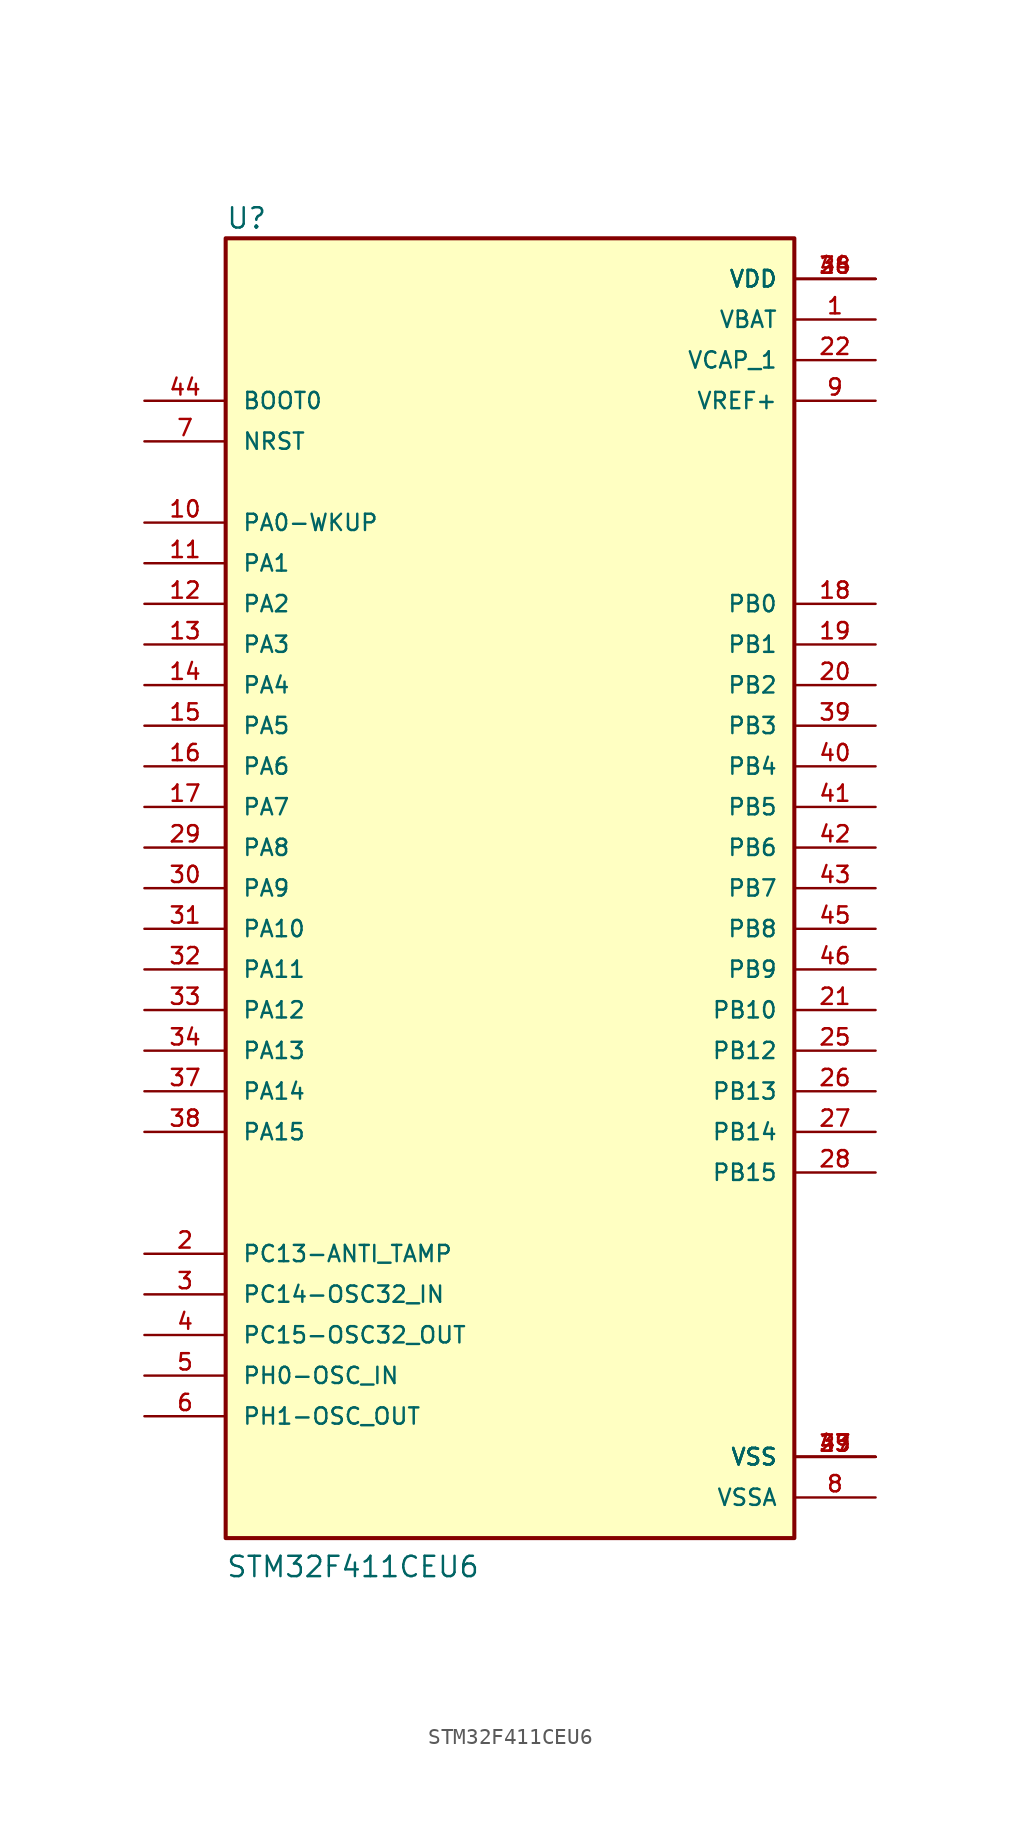
<source format=kicad_sym>
(kicad_symbol_lib
  (version 20211014)
  (generator kicad_symbol_editor)
  (symbol "STM32F411CEU6"
    (pin_names
      (offset 1.016))
    (property "Reference" "U"
      (at -17.78 43.688 0)
      (effects (font (size 1.27 1.27)) (justify bottom left)))
    (property "Value" "STM32F411CEU6"
      (at -17.78 -40.64 0)
      (effects (font (size 1.27 1.27)) (justify bottom left)))
    (symbol "STM32F411CEU6_0_0"
      (rectangle (start -17.78 -38.1) (end 17.78 43.18) (stroke (width 0.254)) (fill (type background)))
      (pin input line (at -22.86 33.02 0) (length 5.08) (name "BOOT0" (effects (font (size 1.016 1.016)))) (number "44" (effects (font (size 1.016 1.016)))))
      (pin bidirectional line (at -22.86 30.48 0) (length 5.08) (name "NRST" (effects (font (size 1.016 1.016)))) (number "7" (effects (font (size 1.016 1.016)))))
      (pin bidirectional line (at -22.86 25.4 0) (length 5.08) (name "PA0-WKUP" (effects (font (size 1.016 1.016)))) (number "10" (effects (font (size 1.016 1.016)))))
      (pin bidirectional line (at -22.86 22.86 0) (length 5.08) (name "PA1" (effects (font (size 1.016 1.016)))) (number "11" (effects (font (size 1.016 1.016)))))
      (pin bidirectional line (at -22.86 0.0 0) (length 5.08) (name "PA10" (effects (font (size 1.016 1.016)))) (number "31" (effects (font (size 1.016 1.016)))))
      (pin bidirectional line (at -22.86 -2.54 0) (length 5.08) (name "PA11" (effects (font (size 1.016 1.016)))) (number "32" (effects (font (size 1.016 1.016)))))
      (pin bidirectional line (at -22.86 -5.08 0) (length 5.08) (name "PA12" (effects (font (size 1.016 1.016)))) (number "33" (effects (font (size 1.016 1.016)))))
      (pin bidirectional line (at -22.86 -7.62 0) (length 5.08) (name "PA13" (effects (font (size 1.016 1.016)))) (number "34" (effects (font (size 1.016 1.016)))))
      (pin bidirectional line (at -22.86 -10.16 0) (length 5.08) (name "PA14" (effects (font (size 1.016 1.016)))) (number "37" (effects (font (size 1.016 1.016)))))
      (pin bidirectional line (at -22.86 -12.7 0) (length 5.08) (name "PA15" (effects (font (size 1.016 1.016)))) (number "38" (effects (font (size 1.016 1.016)))))
      (pin bidirectional line (at -22.86 20.32 0) (length 5.08) (name "PA2" (effects (font (size 1.016 1.016)))) (number "12" (effects (font (size 1.016 1.016)))))
      (pin bidirectional line (at -22.86 17.78 0) (length 5.08) (name "PA3" (effects (font (size 1.016 1.016)))) (number "13" (effects (font (size 1.016 1.016)))))
      (pin bidirectional line (at -22.86 15.24 0) (length 5.08) (name "PA4" (effects (font (size 1.016 1.016)))) (number "14" (effects (font (size 1.016 1.016)))))
      (pin bidirectional line (at -22.86 12.7 0) (length 5.08) (name "PA5" (effects (font (size 1.016 1.016)))) (number "15" (effects (font (size 1.016 1.016)))))
      (pin bidirectional line (at -22.86 10.16 0) (length 5.08) (name "PA6" (effects (font (size 1.016 1.016)))) (number "16" (effects (font (size 1.016 1.016)))))
      (pin bidirectional line (at -22.86 7.62 0) (length 5.08) (name "PA7" (effects (font (size 1.016 1.016)))) (number "17" (effects (font (size 1.016 1.016)))))
      (pin bidirectional line (at -22.86 5.08 0) (length 5.08) (name "PA8" (effects (font (size 1.016 1.016)))) (number "29" (effects (font (size 1.016 1.016)))))
      (pin bidirectional line (at -22.86 2.54 0) (length 5.08) (name "PA9" (effects (font (size 1.016 1.016)))) (number "30" (effects (font (size 1.016 1.016)))))
      (pin bidirectional line (at 22.86 20.32 180.0) (length 5.08) (name "PB0" (effects (font (size 1.016 1.016)))) (number "18" (effects (font (size 1.016 1.016)))))
      (pin bidirectional line (at 22.86 17.78 180.0) (length 5.08) (name "PB1" (effects (font (size 1.016 1.016)))) (number "19" (effects (font (size 1.016 1.016)))))
      (pin bidirectional line (at 22.86 -5.08 180.0) (length 5.08) (name "PB10" (effects (font (size 1.016 1.016)))) (number "21" (effects (font (size 1.016 1.016)))))
      (pin bidirectional line (at 22.86 -7.62 180.0) (length 5.08) (name "PB12" (effects (font (size 1.016 1.016)))) (number "25" (effects (font (size 1.016 1.016)))))
      (pin bidirectional line (at 22.86 -10.16 180.0) (length 5.08) (name "PB13" (effects (font (size 1.016 1.016)))) (number "26" (effects (font (size 1.016 1.016)))))
      (pin bidirectional line (at 22.86 -12.7 180.0) (length 5.08) (name "PB14" (effects (font (size 1.016 1.016)))) (number "27" (effects (font (size 1.016 1.016)))))
      (pin bidirectional line (at 22.86 -15.24 180.0) (length 5.08) (name "PB15" (effects (font (size 1.016 1.016)))) (number "28" (effects (font (size 1.016 1.016)))))
      (pin bidirectional line (at 22.86 15.24 180.0) (length 5.08) (name "PB2" (effects (font (size 1.016 1.016)))) (number "20" (effects (font (size 1.016 1.016)))))
      (pin bidirectional line (at 22.86 12.7 180.0) (length 5.08) (name "PB3" (effects (font (size 1.016 1.016)))) (number "39" (effects (font (size 1.016 1.016)))))
      (pin bidirectional line (at 22.86 10.16 180.0) (length 5.08) (name "PB4" (effects (font (size 1.016 1.016)))) (number "40" (effects (font (size 1.016 1.016)))))
      (pin bidirectional line (at 22.86 7.62 180.0) (length 5.08) (name "PB5" (effects (font (size 1.016 1.016)))) (number "41" (effects (font (size 1.016 1.016)))))
      (pin bidirectional line (at 22.86 5.08 180.0) (length 5.08) (name "PB6" (effects (font (size 1.016 1.016)))) (number "42" (effects (font (size 1.016 1.016)))))
      (pin bidirectional line (at 22.86 2.54 180.0) (length 5.08) (name "PB7" (effects (font (size 1.016 1.016)))) (number "43" (effects (font (size 1.016 1.016)))))
      (pin bidirectional line (at 22.86 0.0 180.0) (length 5.08) (name "PB8" (effects (font (size 1.016 1.016)))) (number "45" (effects (font (size 1.016 1.016)))))
      (pin bidirectional line (at 22.86 -2.54 180.0) (length 5.08) (name "PB9" (effects (font (size 1.016 1.016)))) (number "46" (effects (font (size 1.016 1.016)))))
      (pin bidirectional line (at -22.86 -20.32 0) (length 5.08) (name "PC13-ANTI_TAMP" (effects (font (size 1.016 1.016)))) (number "2" (effects (font (size 1.016 1.016)))))
      (pin bidirectional line (at -22.86 -22.86 0) (length 5.08) (name "PC14-OSC32_IN" (effects (font (size 1.016 1.016)))) (number "3" (effects (font (size 1.016 1.016)))))
      (pin bidirectional line (at -22.86 -25.4 0) (length 5.08) (name "PC15-OSC32_OUT" (effects (font (size 1.016 1.016)))) (number "4" (effects (font (size 1.016 1.016)))))
      (pin bidirectional line (at -22.86 -27.94 0) (length 5.08) (name "PH0-OSC_IN" (effects (font (size 1.016 1.016)))) (number "5" (effects (font (size 1.016 1.016)))))
      (pin bidirectional line (at -22.86 -30.48 0) (length 5.08) (name "PH1-OSC_OUT" (effects (font (size 1.016 1.016)))) (number "6" (effects (font (size 1.016 1.016)))))
      (pin power_in line (at 22.86 38.1 180.0) (length 5.08) (name "VBAT" (effects (font (size 1.016 1.016)))) (number "1" (effects (font (size 1.016 1.016)))))
      (pin power_in line (at 22.86 35.56 180.0) (length 5.08) (name "VCAP_1" (effects (font (size 1.016 1.016)))) (number "22" (effects (font (size 1.016 1.016)))))
      (pin power_in line (at 22.86 40.64 180.0) (length 5.08) (name "VDD" (effects (font (size 1.016 1.016)))) (number "24" (effects (font (size 1.016 1.016)))))
      (pin power_in line (at 22.86 40.64 180.0) (length 5.08) (name "VDD" (effects (font (size 1.016 1.016)))) (number "36" (effects (font (size 1.016 1.016)))))
      (pin power_in line (at 22.86 40.64 180.0) (length 5.08) (name "VDD" (effects (font (size 1.016 1.016)))) (number "48" (effects (font (size 1.016 1.016)))))
      (pin power_in line (at 22.86 33.02 180.0) (length 5.08) (name "VREF+" (effects (font (size 1.016 1.016)))) (number "9" (effects (font (size 1.016 1.016)))))
      (pin power_in line (at 22.86 -33.02 180.0) (length 5.08) (name "VSS" (effects (font (size 1.016 1.016)))) (number "23" (effects (font (size 1.016 1.016)))))
      (pin power_in line (at 22.86 -33.02 180.0) (length 5.08) (name "VSS" (effects (font (size 1.016 1.016)))) (number "35" (effects (font (size 1.016 1.016)))))
      (pin power_in line (at 22.86 -33.02 180.0) (length 5.08) (name "VSS" (effects (font (size 1.016 1.016)))) (number "47" (effects (font (size 1.016 1.016)))))
      (pin power_in line (at 22.86 -33.02 180.0) (length 5.08) (name "VSS" (effects (font (size 1.016 1.016)))) (number "49" (effects (font (size 1.016 1.016)))))
      (pin power_in line (at 22.86 -35.56 180.0) (length 5.08) (name "VSSA" (effects (font (size 1.016 1.016)))) (number "8" (effects (font (size 1.016 1.016))))))))
</source>
